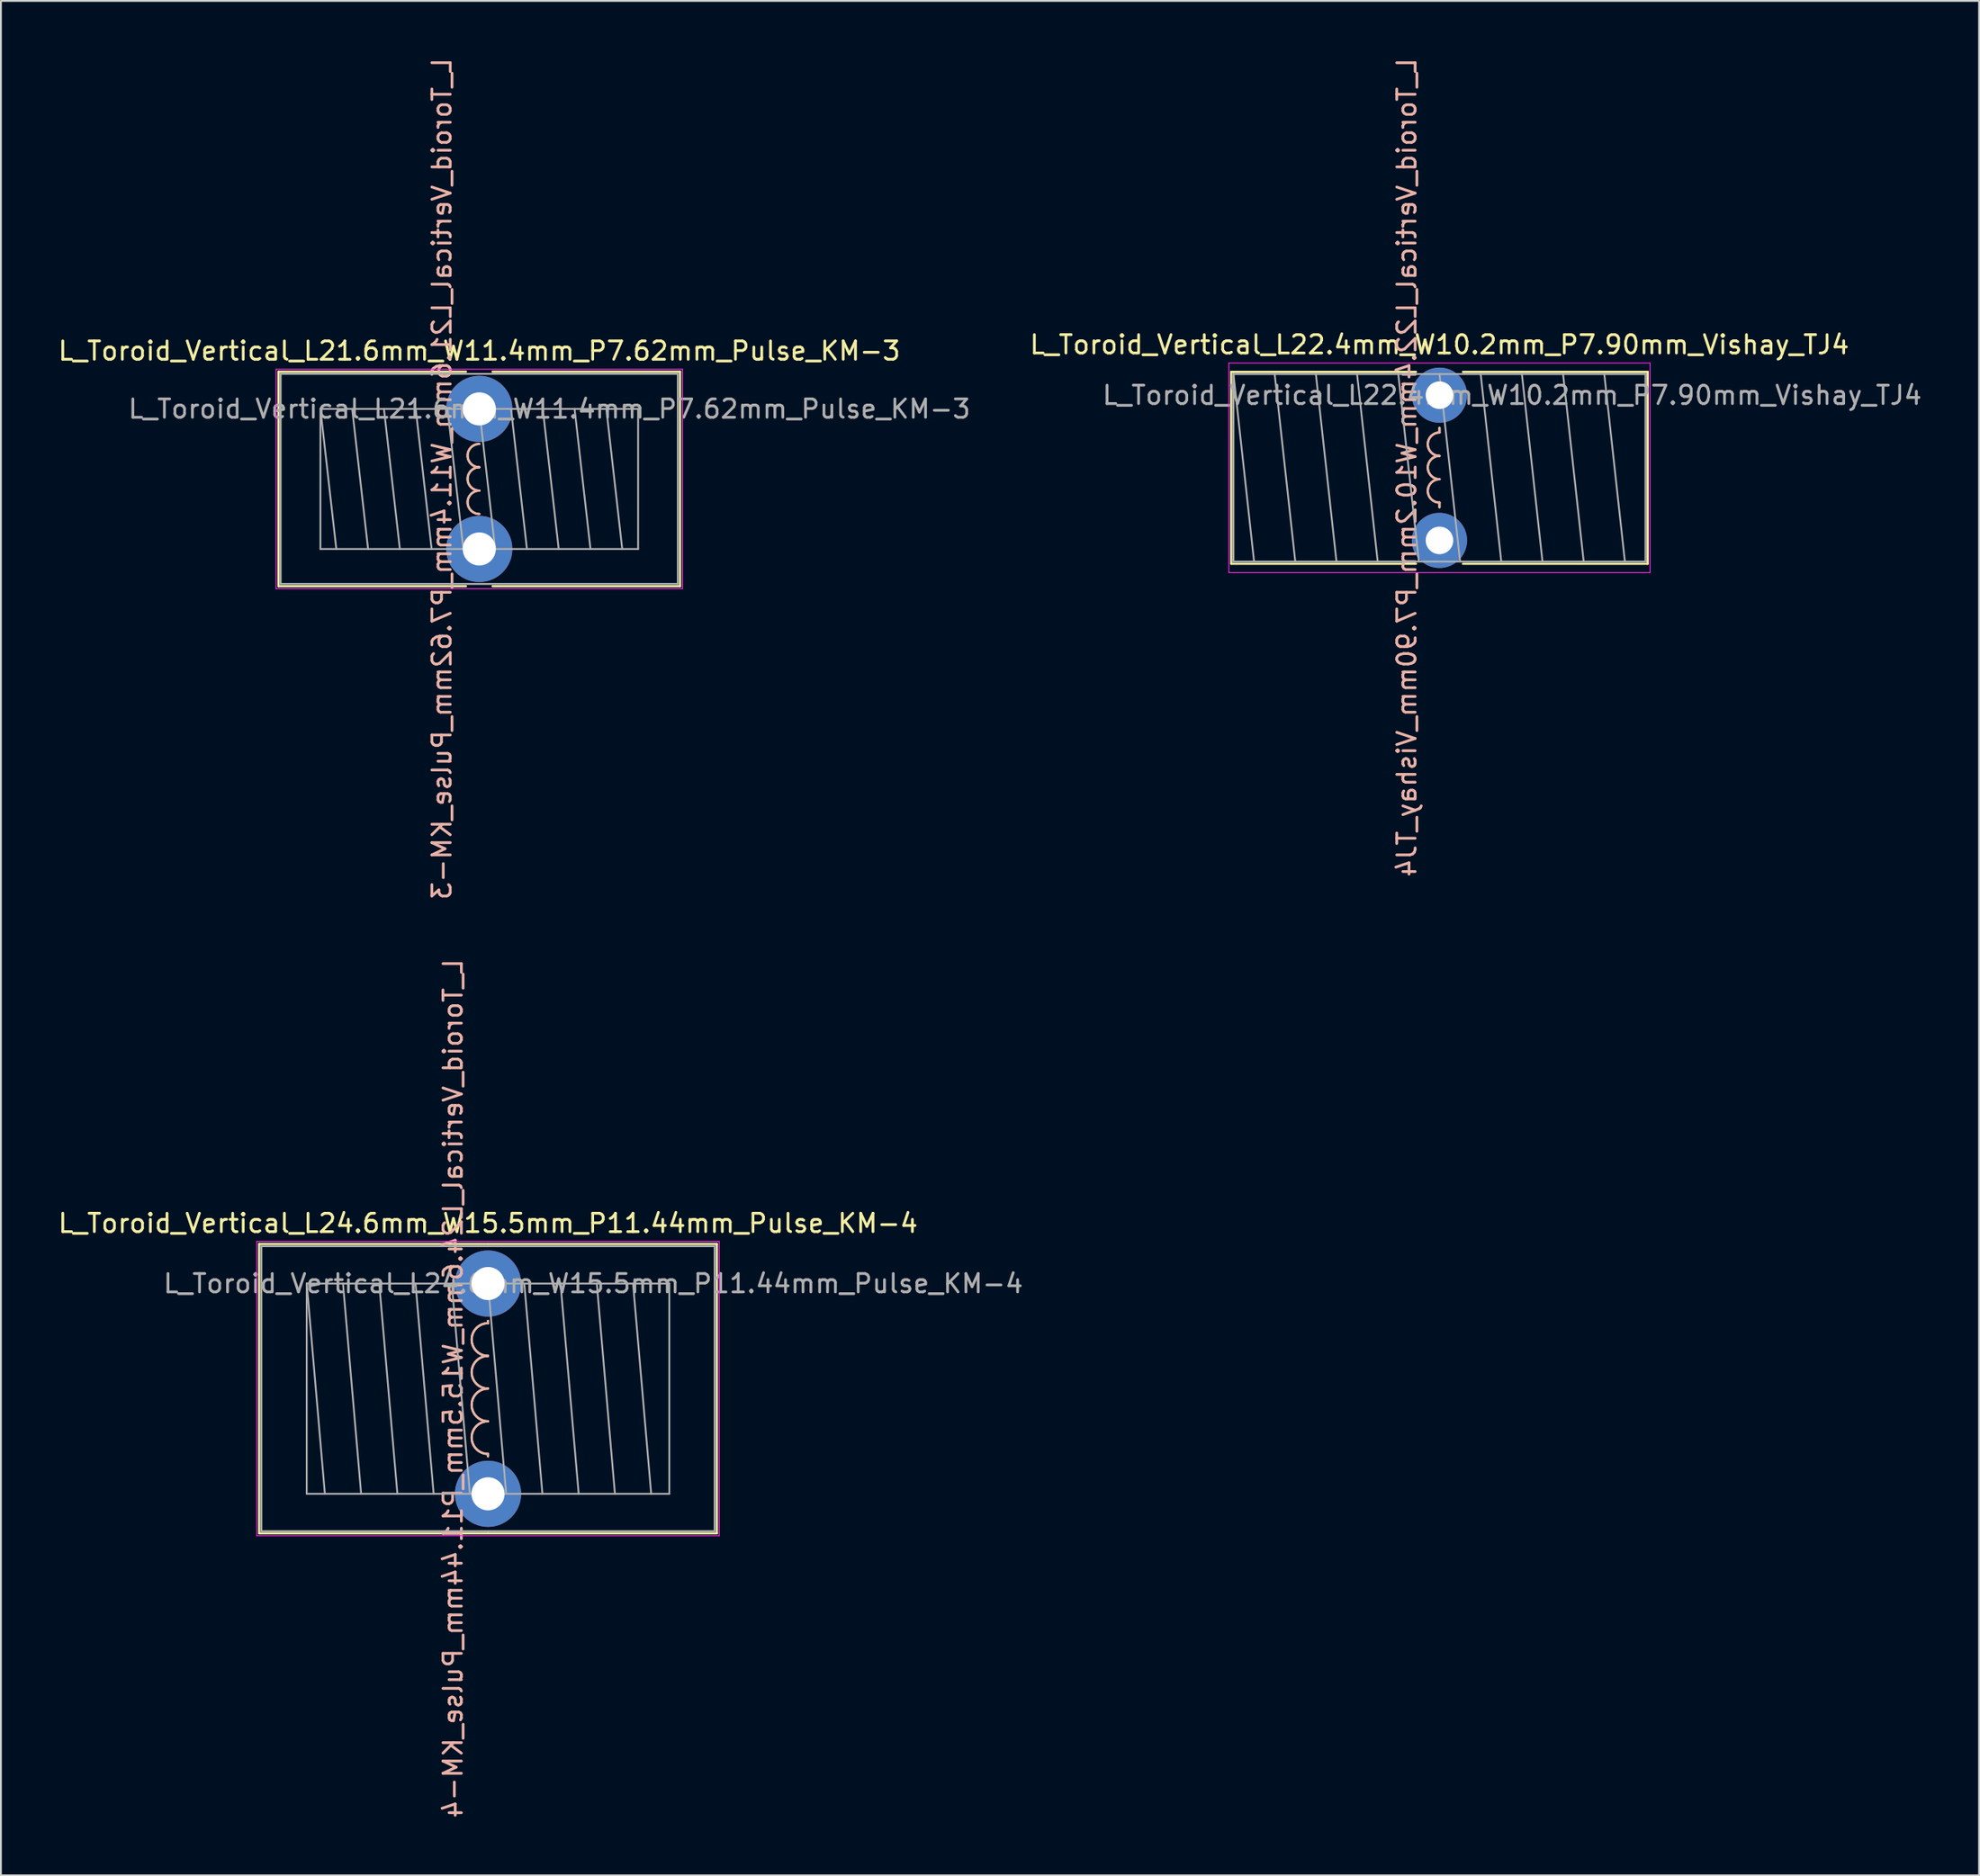
<source format=kicad_pcb>
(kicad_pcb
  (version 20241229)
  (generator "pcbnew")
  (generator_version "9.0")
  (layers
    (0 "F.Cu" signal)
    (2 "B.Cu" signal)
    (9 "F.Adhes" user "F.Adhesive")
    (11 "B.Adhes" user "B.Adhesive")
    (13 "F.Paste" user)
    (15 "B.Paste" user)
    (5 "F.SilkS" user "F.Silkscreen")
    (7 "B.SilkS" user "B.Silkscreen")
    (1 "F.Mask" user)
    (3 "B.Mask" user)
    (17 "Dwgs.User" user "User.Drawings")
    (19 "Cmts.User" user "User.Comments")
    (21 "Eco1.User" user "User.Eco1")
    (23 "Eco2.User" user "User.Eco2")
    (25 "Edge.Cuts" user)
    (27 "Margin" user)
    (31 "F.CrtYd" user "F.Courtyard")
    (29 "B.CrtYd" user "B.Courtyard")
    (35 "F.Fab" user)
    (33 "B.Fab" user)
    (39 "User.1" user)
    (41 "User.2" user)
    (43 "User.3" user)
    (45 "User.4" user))
  (footprint "L_Toroid_Vertical_L21.6mm_W11.4mm_P7.62mm_Pulse_KM-3"
    (layer "F.Cu")
    (at 23.006 19.196)
    (property "Reference" "L_Toroid_Vertical_L21.6mm_W11.4mm_P7.62mm_Pulse_KM-3" (at 0 -3.155 0) (layer "F.SilkS") (effects (font (size 1 1) (thickness 0.15))))
    (fp_line (start -10.915 -2.025) (end -10.915 9.645) (stroke (width 0.12) (type solid)) (layer "F.SilkS"))
    (fp_line (start -10.915 -2.025) (end -0.725 -2.025) (stroke (width 0.12) (type solid)) (layer "F.SilkS"))
    (fp_line (start -10.915 9.645) (end -0.725 9.645) (stroke (width 0.12) (type solid)) (layer "F.SilkS"))
    (fp_line (start 0.725 -2.025) (end 10.915 -2.025) (stroke (width 0.12) (type solid)) (layer "F.SilkS"))
    (fp_line (start 0.725 9.645) (end 10.915 9.645) (stroke (width 0.12) (type solid)) (layer "F.SilkS"))
    (fp_line (start 10.915 -2.025) (end 10.915 9.645) (stroke (width 0.12) (type solid)) (layer "F.SilkS"))
    (fp_arc (start 0 3.175) (mid -0.635 2.54) (end 0 1.905) (stroke (width 0.12) (type solid)) (layer "F.SilkS"))
    (fp_arc (start 0 4.445) (mid -0.635 3.81) (end 0 3.175) (stroke (width 0.12) (type solid)) (layer "F.SilkS"))
    (fp_arc (start 0 5.715) (mid -0.635 5.08) (end 0 4.445) (stroke (width 0.12) (type solid)) (layer "F.SilkS"))
    (fp_arc (start 0 3.175) (mid -0.635 2.54) (end 0 1.905) (stroke (width 0.12) (type solid)) (layer "B.SilkS"))
    (fp_arc (start 0 4.445) (mid -0.635 3.81) (end 0 3.175) (stroke (width 0.12) (type solid)) (layer "B.SilkS"))
    (fp_arc (start 0 5.715) (mid -0.635 5.08) (end 0 4.445) (stroke (width 0.12) (type solid)) (layer "B.SilkS"))
    (fp_line (start -11.05 -2.16) (end -11.05 9.78) (stroke (width 0.05) (type solid)) (layer "F.CrtYd"))
    (fp_line (start -11.05 9.78) (end 11.05 9.78) (stroke (width 0.05) (type solid)) (layer "F.CrtYd"))
    (fp_line (start 11.05 -2.16) (end -11.05 -2.16) (stroke (width 0.05) (type solid)) (layer "F.CrtYd"))
    (fp_line (start 11.05 9.78) (end 11.05 -2.16) (stroke (width 0.05) (type solid)) (layer "F.CrtYd"))
    (fp_line (start -10.795 -1.905) (end -10.795 9.525) (stroke (width 0.1) (type solid)) (layer "F.Fab"))
    (fp_line (start -10.795 9.525) (end 10.795 9.525) (stroke (width 0.1) (type solid)) (layer "F.Fab"))
    (fp_line (start -8.636 0) (end -8.636 7.62) (stroke (width 0.1) (type solid)) (layer "F.Fab"))
    (fp_line (start -8.636 0) (end -7.772 7.62) (stroke (width 0.1) (type solid)) (layer "F.Fab"))
    (fp_line (start -8.636 7.62) (end 8.636 7.62) (stroke (width 0.1) (type solid)) (layer "F.Fab"))
    (fp_line (start -6.909 0) (end -6.045 7.62) (stroke (width 0.1) (type solid)) (layer "F.Fab"))
    (fp_line (start -5.182 0) (end -4.318 7.62) (stroke (width 0.1) (type solid)) (layer "F.Fab"))
    (fp_line (start -3.454 0) (end -2.591 7.62) (stroke (width 0.1) (type solid)) (layer "F.Fab"))
    (fp_line (start -1.727 0) (end -0.864 7.62) (stroke (width 0.1) (type solid)) (layer "F.Fab"))
    (fp_line (start 0 0) (end 0.864 7.62) (stroke (width 0.1) (type solid)) (layer "F.Fab"))
    (fp_line (start 1.727 0) (end 2.591 7.62) (stroke (width 0.1) (type solid)) (layer "F.Fab"))
    (fp_line (start 3.454 0) (end 4.318 7.62) (stroke (width 0.1) (type solid)) (layer "F.Fab"))
    (fp_line (start 5.182 0) (end 6.045 7.62) (stroke (width 0.1) (type solid)) (layer "F.Fab"))
    (fp_line (start 6.909 0) (end 7.772 7.62) (stroke (width 0.1) (type solid)) (layer "F.Fab"))
    (fp_line (start 8.636 0) (end -8.636 0) (stroke (width 0.1) (type solid)) (layer "F.Fab"))
    (fp_line (start 8.636 7.62) (end 8.636 0) (stroke (width 0.1) (type solid)) (layer "F.Fab"))
    (fp_line (start 10.795 -1.905) (end -10.795 -1.905) (stroke (width 0.1) (type solid)) (layer "F.Fab"))
    (fp_line (start 10.795 9.525) (end 10.795 -1.905) (stroke (width 0.1) (type solid)) (layer "F.Fab"))
    (fp_text user "${REFERENCE}" (at -2.032 3.81 90) (layer "B.SilkS") (effects (font (size 1 1) (thickness 0.15)) (justify mirror)))
    (fp_text user "${REFERENCE}" (at 3.81 0 0) (layer "F.Fab") (effects (font (size 1 1) (thickness 0.15))))
    (pad "1" thru_hole circle (at 0 0) (size 3.6 3.6) (drill 1.8) (layers "*.Cu" "*.Mask"))
    (pad "2" thru_hole circle (at 0 7.62) (size 3.6 3.6) (drill 1.8) (layers "*.Cu" "*.Mask")))
  (footprint "L_Toroid_Vertical_L22.4mm_W10.2mm_P7.90mm_Vishay_TJ4"
    (layer "F.Cu")
    (at 75.209 18.45)
    (property "Reference" "L_Toroid_Vertical_L22.4mm_W10.2mm_P7.90mm_Vishay_TJ4" (at 0 -2.75 0) (layer "F.SilkS") (effects (font (size 1 1) (thickness 0.15))))
    (fp_line (start -11.32 -1.27) (end -11.32 9.17) (stroke (width 0.12) (type solid)) (layer "F.SilkS"))
    (fp_line (start -11.32 -1.27) (end -1.279 -1.27) (stroke (width 0.12) (type solid)) (layer "F.SilkS"))
    (fp_line (start -11.32 9.17) (end -1.279 9.17) (stroke (width 0.12) (type solid)) (layer "F.SilkS"))
    (fp_line (start 0 2.032) (end 0 1.778) (stroke (width 0.12) (type solid)) (layer "F.SilkS"))
    (fp_line (start 0 5.842) (end 0 6.096) (stroke (width 0.12) (type solid)) (layer "F.SilkS"))
    (fp_line (start 1.279 -1.27) (end 11.32 -1.27) (stroke (width 0.12) (type solid)) (layer "F.SilkS"))
    (fp_line (start 1.279 9.17) (end 11.32 9.17) (stroke (width 0.12) (type solid)) (layer "F.SilkS"))
    (fp_line (start 11.32 -1.27) (end 11.32 9.17) (stroke (width 0.12) (type solid)) (layer "F.SilkS"))
    (fp_arc (start 0 3.302) (mid -0.635 2.667) (end 0 2.032) (stroke (width 0.12) (type solid)) (layer "F.SilkS"))
    (fp_arc (start 0 4.572) (mid -0.635 3.937) (end 0 3.302) (stroke (width 0.12) (type solid)) (layer "F.SilkS"))
    (fp_arc (start 0 5.842) (mid -0.635 5.207) (end 0 4.572) (stroke (width 0.12) (type solid)) (layer "F.SilkS"))
    (fp_line (start 0 2.032) (end 0 1.778) (stroke (width 0.12) (type solid)) (layer "B.SilkS"))
    (fp_line (start 0 5.842) (end 0 6.096) (stroke (width 0.12) (type solid)) (layer "B.SilkS"))
    (fp_arc (start 0 3.302) (mid -0.635 2.667) (end 0 2.032) (stroke (width 0.12) (type solid)) (layer "B.SilkS"))
    (fp_arc (start 0 4.572) (mid -0.635 3.937) (end 0 3.302) (stroke (width 0.12) (type solid)) (layer "B.SilkS"))
    (fp_arc (start 0 5.842) (mid -0.635 5.207) (end 0 4.572) (stroke (width 0.12) (type solid)) (layer "B.SilkS"))
    (fp_line (start -11.45 -1.75) (end -11.45 9.65) (stroke (width 0.05) (type solid)) (layer "F.CrtYd"))
    (fp_line (start -11.45 9.65) (end 11.45 9.65) (stroke (width 0.05) (type solid)) (layer "F.CrtYd"))
    (fp_line (start 11.45 -1.75) (end -11.45 -1.75) (stroke (width 0.05) (type solid)) (layer "F.CrtYd"))
    (fp_line (start 11.45 9.65) (end 11.45 -1.75) (stroke (width 0.05) (type solid)) (layer "F.CrtYd"))
    (fp_line (start -11.2 -1.15) (end -11.2 9.05) (stroke (width 0.1) (type solid)) (layer "F.Fab"))
    (fp_line (start -11.2 -1.15) (end -10.08 9.05) (stroke (width 0.1) (type solid)) (layer "F.Fab"))
    (fp_line (start -11.2 9.05) (end 11.2 9.05) (stroke (width 0.1) (type solid)) (layer "F.Fab"))
    (fp_line (start -8.96 -1.15) (end -7.84 9.05) (stroke (width 0.1) (type solid)) (layer "F.Fab"))
    (fp_line (start -6.72 -1.15) (end -5.6 9.05) (stroke (width 0.1) (type solid)) (layer "F.Fab"))
    (fp_line (start -4.48 -1.15) (end -3.36 9.05) (stroke (width 0.1) (type solid)) (layer "F.Fab"))
    (fp_line (start -2.24 -1.15) (end -1.12 9.05) (stroke (width 0.1) (type solid)) (layer "F.Fab"))
    (fp_line (start 0 -1.15) (end 1.12 9.05) (stroke (width 0.1) (type solid)) (layer "F.Fab"))
    (fp_line (start 2.24 -1.15) (end 3.36 9.05) (stroke (width 0.1) (type solid)) (layer "F.Fab"))
    (fp_line (start 4.48 -1.15) (end 5.6 9.05) (stroke (width 0.1) (type solid)) (layer "F.Fab"))
    (fp_line (start 6.72 -1.15) (end 7.84 9.05) (stroke (width 0.1) (type solid)) (layer "F.Fab"))
    (fp_line (start 8.96 -1.15) (end 10.08 9.05) (stroke (width 0.1) (type solid)) (layer "F.Fab"))
    (fp_line (start 11.2 -1.15) (end -11.2 -1.15) (stroke (width 0.1) (type solid)) (layer "F.Fab"))
    (fp_line (start 11.2 9.05) (end 11.2 -1.15) (stroke (width 0.1) (type solid)) (layer "F.Fab"))
    (fp_text user "${REFERENCE}" (at -1.778 3.937 90) (layer "B.SilkS") (effects (font (size 1 1) (thickness 0.15)) (justify mirror)))
    (fp_text user "${REFERENCE}" (at 3.95 0 0) (layer "F.Fab") (effects (font (size 1 1) (thickness 0.15))))
    (pad "1" thru_hole circle (at 0 0) (size 3 3) (drill 1.5) (layers "*.Cu" "*.Mask"))
    (pad "2" thru_hole circle (at 0 7.9) (size 3 3) (drill 1.5) (layers "*.Cu" "*.Mask")))
  (footprint "L_Toroid_Vertical_L24.6mm_W15.5mm_P11.44mm_Pulse_KM-4"
    (layer "F.Cu")
    (at 23.482 66.779)
    (property "Reference" "L_Toroid_Vertical_L24.6mm_W15.5mm_P11.44mm_Pulse_KM-4" (at 0 -3.28 0) (layer "F.SilkS") (effects (font (size 1 1) (thickness 0.15))))
    (fp_line (start -12.44 -2.15) (end -12.44 13.59) (stroke (width 0.12) (type solid)) (layer "F.SilkS"))
    (fp_line (start -12.44 -2.15) (end -0.016 -2.15) (stroke (width 0.12) (type solid)) (layer "F.SilkS"))
    (fp_line (start -12.44 13.59) (end -0.016 13.59) (stroke (width 0.12) (type solid)) (layer "F.SilkS"))
    (fp_line (start 0 2.159) (end 0 2.032) (stroke (width 0.12) (type solid)) (layer "F.SilkS"))
    (fp_line (start 0 9.271) (end 0 9.398) (stroke (width 0.12) (type solid)) (layer "F.SilkS"))
    (fp_line (start 0.016 -2.15) (end 12.44 -2.15) (stroke (width 0.12) (type solid)) (layer "F.SilkS"))
    (fp_line (start 0.016 13.59) (end 12.44 13.59) (stroke (width 0.12) (type solid)) (layer "F.SilkS"))
    (fp_line (start 12.44 -2.15) (end 12.44 13.59) (stroke (width 0.12) (type solid)) (layer "F.SilkS"))
    (fp_arc (start 0 3.937) (mid -0.889 3.048) (end 0 2.159) (stroke (width 0.12) (type solid)) (layer "F.SilkS"))
    (fp_arc (start 0 5.715) (mid -0.889 4.826) (end 0 3.937) (stroke (width 0.12) (type solid)) (layer "F.SilkS"))
    (fp_arc (start 0 7.493) (mid -0.889 6.604) (end 0 5.715) (stroke (width 0.12) (type solid)) (layer "F.SilkS"))
    (fp_arc (start 0 9.271) (mid -0.889 8.382) (end 0 7.493) (stroke (width 0.12) (type solid)) (layer "F.SilkS"))
    (fp_line (start 0 2.159) (end 0 2.032) (stroke (width 0.12) (type solid)) (layer "B.SilkS"))
    (fp_line (start 0 9.271) (end 0 9.398) (stroke (width 0.12) (type solid)) (layer "B.SilkS"))
    (fp_arc (start 0 3.937) (mid -0.889 3.048) (end 0 2.159) (stroke (width 0.12) (type solid)) (layer "B.SilkS"))
    (fp_arc (start 0 5.715) (mid -0.889 4.826) (end 0 3.937) (stroke (width 0.12) (type solid)) (layer "B.SilkS"))
    (fp_arc (start 0 7.493) (mid -0.889 6.604) (end 0 5.715) (stroke (width 0.12) (type solid)) (layer "B.SilkS"))
    (fp_arc (start 0 9.271) (mid -0.889 8.382) (end 0 7.493) (stroke (width 0.12) (type solid)) (layer "B.SilkS"))
    (fp_line (start -12.57 -2.29) (end -12.57 13.72) (stroke (width 0.05) (type solid)) (layer "F.CrtYd"))
    (fp_line (start -12.57 13.72) (end 12.57 13.72) (stroke (width 0.05) (type solid)) (layer "F.CrtYd"))
    (fp_line (start 12.57 -2.29) (end -12.57 -2.29) (stroke (width 0.05) (type solid)) (layer "F.CrtYd"))
    (fp_line (start 12.57 13.72) (end 12.57 -2.29) (stroke (width 0.05) (type solid)) (layer "F.CrtYd"))
    (fp_line (start -12.32 -2.03) (end -12.32 13.47) (stroke (width 0.1) (type solid)) (layer "F.Fab"))
    (fp_line (start -12.32 13.47) (end 12.32 13.47) (stroke (width 0.1) (type solid)) (layer "F.Fab"))
    (fp_line (start -9.856 0) (end -9.856 11.44) (stroke (width 0.1) (type solid)) (layer "F.Fab"))
    (fp_line (start -9.856 0) (end -8.87 11.44) (stroke (width 0.1) (type solid)) (layer "F.Fab"))
    (fp_line (start -9.856 11.44) (end 9.856 11.44) (stroke (width 0.1) (type solid)) (layer "F.Fab"))
    (fp_line (start -7.885 0) (end -6.899 11.44) (stroke (width 0.1) (type solid)) (layer "F.Fab"))
    (fp_line (start -5.914 0) (end -4.928 11.44) (stroke (width 0.1) (type solid)) (layer "F.Fab"))
    (fp_line (start -3.942 0) (end -2.957 11.44) (stroke (width 0.1) (type solid)) (layer "F.Fab"))
    (fp_line (start -1.971 0) (end -0.986 11.44) (stroke (width 0.1) (type solid)) (layer "F.Fab"))
    (fp_line (start 0 0) (end 0.986 11.44) (stroke (width 0.1) (type solid)) (layer "F.Fab"))
    (fp_line (start 1.971 0) (end 2.957 11.44) (stroke (width 0.1) (type solid)) (layer "F.Fab"))
    (fp_line (start 3.942 0) (end 4.928 11.44) (stroke (width 0.1) (type solid)) (layer "F.Fab"))
    (fp_line (start 5.914 0) (end 6.899 11.44) (stroke (width 0.1) (type solid)) (layer "F.Fab"))
    (fp_line (start 7.885 0) (end 8.87 11.44) (stroke (width 0.1) (type solid)) (layer "F.Fab"))
    (fp_line (start 9.856 0) (end -9.856 0) (stroke (width 0.1) (type solid)) (layer "F.Fab"))
    (fp_line (start 9.856 11.44) (end 9.856 0) (stroke (width 0.1) (type solid)) (layer "F.Fab"))
    (fp_line (start 12.32 -2.03) (end -12.32 -2.03) (stroke (width 0.1) (type solid)) (layer "F.Fab"))
    (fp_line (start 12.32 13.47) (end 12.32 -2.03) (stroke (width 0.1) (type solid)) (layer "F.Fab"))
    (fp_text user "${REFERENCE}" (at -1.905 5.715 90) (layer "B.SilkS") (effects (font (size 1 1) (thickness 0.15)) (justify mirror)))
    (fp_text user "${REFERENCE}" (at 5.72 0 0) (layer "F.Fab") (effects (font (size 1 1) (thickness 0.15))))
    (pad "1" thru_hole circle (at 0 0) (size 3.6 3.6) (drill 1.8) (layers "*.Cu" "*.Mask"))
    (pad "2" thru_hole circle (at 0 11.44) (size 3.6 3.6) (drill 1.8) (layers "*.Cu" "*.Mask")))
  (gr_rect
    (start -3 -3)
    (end 104.546 98.976)
    (stroke (width 0.1) (type default))
    (fill no)
    (layer "Edge.Cuts")))
</source>
